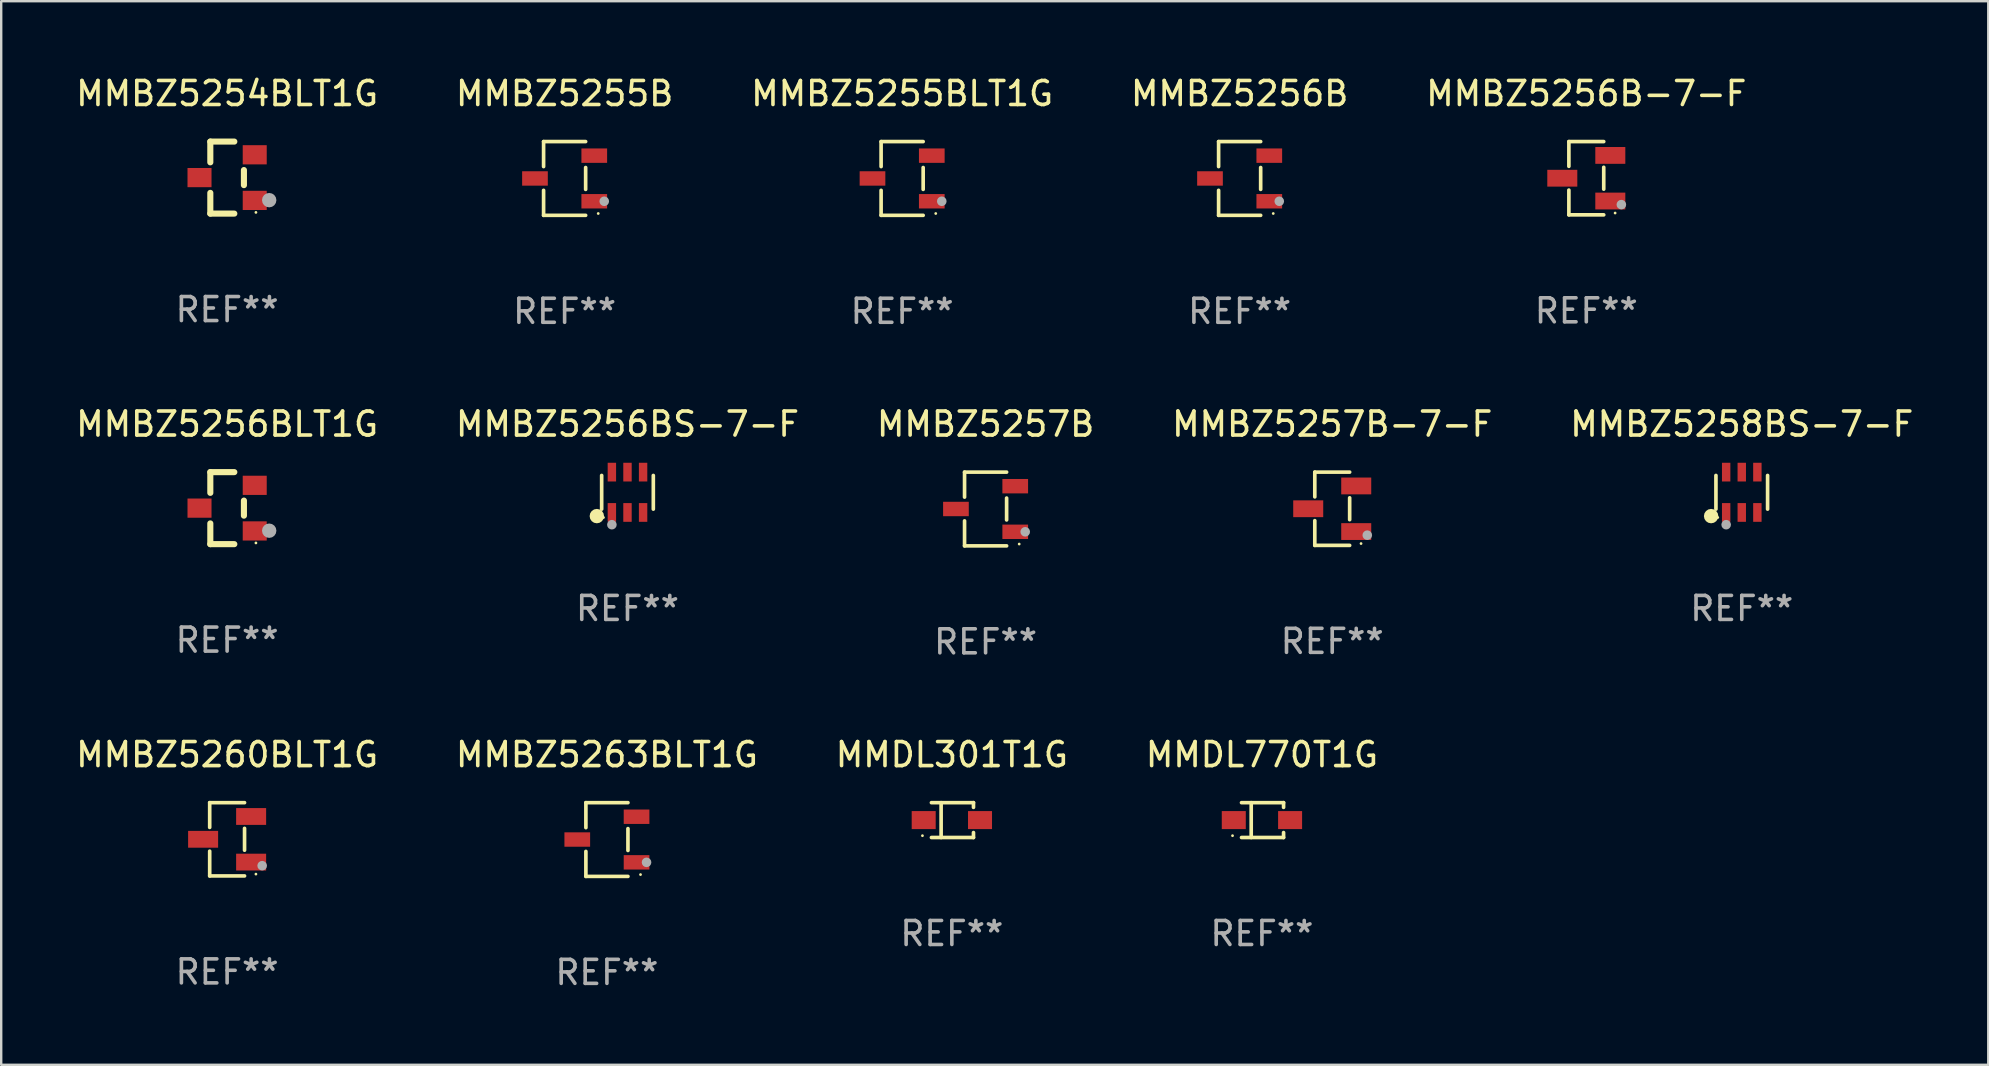
<source format=kicad_pcb>
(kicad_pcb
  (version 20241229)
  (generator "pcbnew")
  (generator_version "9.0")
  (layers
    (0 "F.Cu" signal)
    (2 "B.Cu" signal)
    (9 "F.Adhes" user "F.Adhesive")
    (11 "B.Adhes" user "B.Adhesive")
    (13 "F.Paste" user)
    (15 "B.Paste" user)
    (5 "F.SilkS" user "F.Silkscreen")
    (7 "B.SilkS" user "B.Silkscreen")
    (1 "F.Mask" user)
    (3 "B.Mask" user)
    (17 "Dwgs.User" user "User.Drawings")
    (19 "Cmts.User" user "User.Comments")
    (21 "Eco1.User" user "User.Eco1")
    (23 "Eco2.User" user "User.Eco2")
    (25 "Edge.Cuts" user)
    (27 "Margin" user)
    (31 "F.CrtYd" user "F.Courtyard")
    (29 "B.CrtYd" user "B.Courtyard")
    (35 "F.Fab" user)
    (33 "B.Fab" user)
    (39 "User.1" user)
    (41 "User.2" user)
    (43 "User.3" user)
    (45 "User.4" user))
  (footprint "MMBZ5257B"
    (layer "F.Cu")
    (at 38.006 18.153)
    (property "Reference" "MMBZ5257B" (at 0 -3.536 0) (layer "F.SilkS") (effects (font (size 1 1) (thickness 0.15))))
    (attr through_hole)
    (fp_line (start -0.876 -1.536) (end -0.876 -0.495) (stroke (width 0.152) (type solid)) (layer "F.SilkS"))
    (fp_line (start -0.876 1.536) (end -0.876 0.495) (stroke (width 0.152) (type solid)) (layer "F.SilkS"))
    (fp_line (start 0.876 -1.536) (end -0.876 -1.536) (stroke (width 0.152) (type solid)) (layer "F.SilkS"))
    (fp_line (start 0.876 -0.455) (end 0.876 0.455) (stroke (width 0.152) (type solid)) (layer "F.SilkS"))
    (fp_line (start 0.876 1.536) (end -0.876 1.536) (stroke (width 0.152) (type solid)) (layer "F.SilkS"))
    (fp_circle (center 1.4 1.46) (end 1.43 1.46) (stroke (width 0.06) (type solid)) (fill no) (layer "F.SilkS"))
    (fp_circle (center 1.651 0.95) (end 1.751 0.95) (stroke (width 0.2) (type solid)) (fill no) (layer "F.Fab"))
    (fp_text user "REF**" (at 0 5.536 0) (layer "F.Fab") (effects (font (size 1 1) (thickness 0.15))))
    (pad "1" smd rect (at 1.235 0.95) (size 1.07 0.6) (layers "F.Cu" "F.Mask" "F.Paste"))
    (pad "2" smd rect (at 1.235 -0.95) (size 1.07 0.6) (layers "F.Cu" "F.Mask" "F.Paste"))
    (pad "3" smd rect (at -1.235 0) (size 1.07 0.6) (layers "F.Cu" "F.Mask" "F.Paste")))
  (footprint "MMBZ5260BLT1G"
    (layer "F.Cu")
    (at 6.411 31.912)
    (property "Reference" "MMBZ5260BLT1G" (at 0 -3.526 0) (layer "F.SilkS") (effects (font (size 1 1) (thickness 0.15))))
    (attr through_hole)
    (fp_line (start -0.726 -1.526) (end -0.726 -0.495) (stroke (width 0.152) (type solid)) (layer "F.SilkS"))
    (fp_line (start -0.726 1.526) (end -0.726 0.495) (stroke (width 0.152) (type solid)) (layer "F.SilkS"))
    (fp_line (start 0.726 -1.526) (end -0.726 -1.526) (stroke (width 0.152) (type solid)) (layer "F.SilkS"))
    (fp_line (start 0.726 -0.455) (end 0.726 0.455) (stroke (width 0.152) (type solid)) (layer "F.SilkS"))
    (fp_line (start 0.726 1.526) (end -0.726 1.526) (stroke (width 0.152) (type solid)) (layer "F.SilkS"))
    (fp_circle (center 1.2 1.45) (end 1.23 1.45) (stroke (width 0.06) (type solid)) (fill no) (layer "F.SilkS"))
    (fp_circle (center 1.46 1.1) (end 1.56 1.1) (stroke (width 0.2) (type solid)) (fill no) (layer "F.Fab"))
    (fp_text user "REF**" (at 0 5.526 0) (layer "F.Fab") (effects (font (size 1 1) (thickness 0.15))))
    (pad "1" smd rect (at 1 0.95) (size 1.25 0.7) (layers "F.Cu" "F.Mask" "F.Paste"))
    (pad "2" smd rect (at 1 -0.95) (size 1.25 0.7) (layers "F.Cu" "F.Mask" "F.Paste"))
    (pad "3" smd rect (at -1 0) (size 1.25 0.7) (layers "F.Cu" "F.Mask" "F.Paste")))
  (footprint "MMBZ5254BLT1G"
    (layer "F.Cu")
    (at 6.411 4.348)
    (property "Reference" "MMBZ5254BLT1G" (at 0 -3.5 0) (layer "F.SilkS") (effects (font (size 1 1) (thickness 0.15))))
    (attr through_hole)
    (fp_line (start -0.7 -1.5) (end 0.3 -1.5) (stroke (width 0.254) (type solid)) (layer "F.SilkS"))
    (fp_line (start -0.7 -0.636) (end -0.7 -1.5) (stroke (width 0.254) (type solid)) (layer "F.SilkS"))
    (fp_line (start -0.7 1.5) (end -0.7 0.636) (stroke (width 0.254) (type solid)) (layer "F.SilkS"))
    (fp_line (start -0.7 1.5) (end 0.3 1.5) (stroke (width 0.254) (type solid)) (layer "F.SilkS"))
    (fp_line (start 0.7 0.314) (end 0.7 -0.314) (stroke (width 0.254) (type solid)) (layer "F.SilkS"))
    (fp_circle (center 1.2 1.45) (end 1.23 1.45) (stroke (width 0.06) (type solid)) (fill no) (layer "F.SilkS"))
    (fp_circle (center 1.753 0.94) (end 1.903 0.94) (stroke (width 0.3) (type solid)) (fill no) (layer "F.Fab"))
    (fp_text user "REF**" (at 0 5.5 0) (layer "F.Fab") (effects (font (size 1 1) (thickness 0.15))))
    (pad "1" smd rect (at 1.15 0.95 180) (size 1 0.8) (layers "F.Cu" "F.Mask" "F.Paste"))
    (pad "2" smd rect (at 1.15 -0.95 180) (size 1 0.8) (layers "F.Cu" "F.Mask" "F.Paste"))
    (pad "3" smd rect (at -1.15 -0.000051 180) (size 1 0.8) (layers "F.Cu" "F.Mask" "F.Paste")))
  (footprint "MMBZ5263BLT1G"
    (layer "F.Cu")
    (at 22.232 31.922)
    (property "Reference" "MMBZ5263BLT1G" (at 0 -3.536 0) (layer "F.SilkS") (effects (font (size 1 1) (thickness 0.15))))
    (attr through_hole)
    (fp_line (start -0.876 -1.536) (end -0.876 -0.495) (stroke (width 0.152) (type solid)) (layer "F.SilkS"))
    (fp_line (start -0.876 1.536) (end -0.876 0.495) (stroke (width 0.152) (type solid)) (layer "F.SilkS"))
    (fp_line (start 0.876 -1.536) (end -0.876 -1.536) (stroke (width 0.152) (type solid)) (layer "F.SilkS"))
    (fp_line (start 0.876 -0.455) (end 0.876 0.455) (stroke (width 0.152) (type solid)) (layer "F.SilkS"))
    (fp_line (start 0.876 1.536) (end -0.876 1.536) (stroke (width 0.152) (type solid)) (layer "F.SilkS"))
    (fp_circle (center 1.4 1.46) (end 1.43 1.46) (stroke (width 0.06) (type solid)) (fill no) (layer "F.SilkS"))
    (fp_circle (center 1.651 0.95) (end 1.751 0.95) (stroke (width 0.2) (type solid)) (fill no) (layer "F.Fab"))
    (fp_text user "REF**" (at 0 5.536 0) (layer "F.Fab") (effects (font (size 1 1) (thickness 0.15))))
    (pad "1" smd rect (at 1.235 0.95) (size 1.07 0.6) (layers "F.Cu" "F.Mask" "F.Paste"))
    (pad "2" smd rect (at 1.235 -0.95) (size 1.07 0.6) (layers "F.Cu" "F.Mask" "F.Paste"))
    (pad "3" smd rect (at -1.235 0) (size 1.07 0.6) (layers "F.Cu" "F.Mask" "F.Paste")))
  (footprint "MMBZ5256BS-7-F"
    (layer "F.Cu")
    (at 23.089 17.457)
    (property "Reference" "MMBZ5256BS-7-F" (at 0 -2.84 0) (layer "F.SilkS") (effects (font (size 1 1) (thickness 0.15))))
    (attr through_hole)
    (fp_line (start -1.076 0.701) (end -1.076 -0.701) (stroke (width 0.152) (type solid)) (layer "F.SilkS"))
    (fp_line (start 1.076 0.701) (end 1.076 -0.701) (stroke (width 0.152) (type solid)) (layer "F.SilkS"))
    (fp_circle (center -1.277 0.992) (end -1.127 0.992) (stroke (width 0.3) (type solid)) (fill no) (layer "F.SilkS"))
    (fp_circle (center -1 1.05) (end -0.97 1.05) (stroke (width 0.06) (type solid)) (fill no) (layer "F.SilkS"))
    (fp_circle (center -0.65 1.35) (end -0.55 1.35) (stroke (width 0.2) (type solid)) (fill no) (layer "F.Fab"))
    (fp_text user "REF**" (at 0 4.84 0) (layer "F.Fab") (effects (font (size 1 1) (thickness 0.15))))
    (pad "1" smd rect (at -0.65 0.84) (size 0.35 0.78) (layers "F.Cu" "F.Mask" "F.Paste"))
    (pad "2" smd rect (at 0 0.84) (size 0.35 0.78) (layers "F.Cu" "F.Mask" "F.Paste"))
    (pad "3" smd rect (at 0.65 0.84) (size 0.35 0.78) (layers "F.Cu" "F.Mask" "F.Paste"))
    (pad "4" smd rect (at 0.65 -0.84) (size 0.35 0.78) (layers "F.Cu" "F.Mask" "F.Paste"))
    (pad "5" smd rect (at 0 -0.84) (size 0.35 0.78) (layers "F.Cu" "F.Mask" "F.Paste"))
    (pad "6" smd rect (at -0.65 -0.84) (size 0.35 0.78) (layers "F.Cu" "F.Mask" "F.Paste")))
  (footprint "MMBZ5257B-7-F"
    (layer "F.Cu")
    (at 52.446 18.143)
    (property "Reference" "MMBZ5257B-7-F" (at 0 -3.526 0) (layer "F.SilkS") (effects (font (size 1 1) (thickness 0.15))))
    (attr through_hole)
    (fp_line (start -0.726 -1.526) (end -0.726 -0.495) (stroke (width 0.152) (type solid)) (layer "F.SilkS"))
    (fp_line (start -0.726 1.526) (end -0.726 0.495) (stroke (width 0.152) (type solid)) (layer "F.SilkS"))
    (fp_line (start 0.726 -1.526) (end -0.726 -1.526) (stroke (width 0.152) (type solid)) (layer "F.SilkS"))
    (fp_line (start 0.726 -0.455) (end 0.726 0.455) (stroke (width 0.152) (type solid)) (layer "F.SilkS"))
    (fp_line (start 0.726 1.526) (end -0.726 1.526) (stroke (width 0.152) (type solid)) (layer "F.SilkS"))
    (fp_circle (center 1.2 1.45) (end 1.23 1.45) (stroke (width 0.06) (type solid)) (fill no) (layer "F.SilkS"))
    (fp_circle (center 1.46 1.1) (end 1.56 1.1) (stroke (width 0.2) (type solid)) (fill no) (layer "F.Fab"))
    (fp_text user "REF**" (at 0 5.526 0) (layer "F.Fab") (effects (font (size 1 1) (thickness 0.15))))
    (pad "1" smd rect (at 1 0.95) (size 1.25 0.7) (layers "F.Cu" "F.Mask" "F.Paste"))
    (pad "2" smd rect (at 1 -0.95) (size 1.25 0.7) (layers "F.Cu" "F.Mask" "F.Paste"))
    (pad "3" smd rect (at -1 0) (size 1.25 0.7) (layers "F.Cu" "F.Mask" "F.Paste")))
  (footprint "MMBZ5255B"
    (layer "F.Cu")
    (at 20.47 4.384)
    (property "Reference" "MMBZ5255B" (at 0 -3.536 0) (layer "F.SilkS") (effects (font (size 1 1) (thickness 0.15))))
    (attr through_hole)
    (fp_line (start -0.876 -1.536) (end -0.876 -0.495) (stroke (width 0.152) (type solid)) (layer "F.SilkS"))
    (fp_line (start -0.876 1.536) (end -0.876 0.495) (stroke (width 0.152) (type solid)) (layer "F.SilkS"))
    (fp_line (start 0.876 -1.536) (end -0.876 -1.536) (stroke (width 0.152) (type solid)) (layer "F.SilkS"))
    (fp_line (start 0.876 -0.455) (end 0.876 0.455) (stroke (width 0.152) (type solid)) (layer "F.SilkS"))
    (fp_line (start 0.876 1.536) (end -0.876 1.536) (stroke (width 0.152) (type solid)) (layer "F.SilkS"))
    (fp_circle (center 1.4 1.46) (end 1.43 1.46) (stroke (width 0.06) (type solid)) (fill no) (layer "F.SilkS"))
    (fp_circle (center 1.651 0.95) (end 1.751 0.95) (stroke (width 0.2) (type solid)) (fill no) (layer "F.Fab"))
    (fp_text user "REF**" (at 0 5.536 0) (layer "F.Fab") (effects (font (size 1 1) (thickness 0.15))))
    (pad "1" smd rect (at 1.235 0.95) (size 1.07 0.6) (layers "F.Cu" "F.Mask" "F.Paste"))
    (pad "2" smd rect (at 1.235 -0.95) (size 1.07 0.6) (layers "F.Cu" "F.Mask" "F.Paste"))
    (pad "3" smd rect (at -1.235 0) (size 1.07 0.6) (layers "F.Cu" "F.Mask" "F.Paste")))
  (footprint "MMDL301T1G"
    (layer "F.Cu")
    (at 36.601 31.112)
    (property "Reference" "MMDL301T1G" (at 0 -2.726 0) (layer "F.SilkS") (effects (font (size 1 1) (thickness 0.15))))
    (attr through_hole)
    (fp_line (start -0.851 -0.726) (end 0.901 -0.726) (stroke (width 0.152) (type solid)) (layer "F.SilkS"))
    (fp_line (start -0.851 0.726) (end 0.901 0.726) (stroke (width 0.152) (type solid)) (layer "F.SilkS"))
    (fp_line (start -0.447 -0.726) (end -0.447 0.726) (stroke (width 0.152) (type solid)) (layer "F.SilkS"))
    (fp_line (start 0.901 -0.726) (end 0.901 -0.53) (stroke (width 0.152) (type solid)) (layer "F.SilkS"))
    (fp_line (start 0.901 0.726) (end 0.901 0.52) (stroke (width 0.152) (type solid)) (layer "F.SilkS"))
    (fp_circle (center -1.225 0.65) (end -1.195 0.65) (stroke (width 0.06) (type solid)) (fill no) (layer "F.SilkS"))
    (fp_text user "REF**" (at 0 4.726 0) (layer "F.Fab") (effects (font (size 1 1) (thickness 0.15))))
    (pad "1" smd rect (at -1.173 0) (size 1 0.75) (layers "F.Cu" "F.Mask" "F.Paste"))
    (pad "2" smd rect (at 1.173 0) (size 1 0.75) (layers "F.Cu" "F.Mask" "F.Paste")))
  (footprint "MMBZ5256BLT1G"
    (layer "F.Cu")
    (at 6.411 18.117)
    (property "Reference" "MMBZ5256BLT1G" (at 0 -3.5 0) (layer "F.SilkS") (effects (font (size 1 1) (thickness 0.15))))
    (attr through_hole)
    (fp_line (start -0.7 -1.5) (end 0.3 -1.5) (stroke (width 0.254) (type solid)) (layer "F.SilkS"))
    (fp_line (start -0.7 -0.636) (end -0.7 -1.5) (stroke (width 0.254) (type solid)) (layer "F.SilkS"))
    (fp_line (start -0.7 1.5) (end -0.7 0.636) (stroke (width 0.254) (type solid)) (layer "F.SilkS"))
    (fp_line (start -0.7 1.5) (end 0.3 1.5) (stroke (width 0.254) (type solid)) (layer "F.SilkS"))
    (fp_line (start 0.7 0.314) (end 0.7 -0.314) (stroke (width 0.254) (type solid)) (layer "F.SilkS"))
    (fp_circle (center 1.2 1.45) (end 1.23 1.45) (stroke (width 0.06) (type solid)) (fill no) (layer "F.SilkS"))
    (fp_circle (center 1.753 0.94) (end 1.903 0.94) (stroke (width 0.3) (type solid)) (fill no) (layer "F.Fab"))
    (fp_text user "REF**" (at 0 5.5 0) (layer "F.Fab") (effects (font (size 1 1) (thickness 0.15))))
    (pad "1" smd rect (at 1.15 0.95 180) (size 1 0.8) (layers "F.Cu" "F.Mask" "F.Paste"))
    (pad "2" smd rect (at 1.15 -0.95 180) (size 1 0.8) (layers "F.Cu" "F.Mask" "F.Paste"))
    (pad "3" smd rect (at -1.15 -0.000051 180) (size 1 0.8) (layers "F.Cu" "F.Mask" "F.Paste")))
  (footprint "MMBZ5256B"
    (layer "F.Cu")
    (at 48.589 4.384)
    (property "Reference" "MMBZ5256B" (at 0 -3.536 0) (layer "F.SilkS") (effects (font (size 1 1) (thickness 0.15))))
    (attr through_hole)
    (fp_line (start -0.876 -1.536) (end -0.876 -0.495) (stroke (width 0.152) (type solid)) (layer "F.SilkS"))
    (fp_line (start -0.876 1.536) (end -0.876 0.495) (stroke (width 0.152) (type solid)) (layer "F.SilkS"))
    (fp_line (start 0.876 -1.536) (end -0.876 -1.536) (stroke (width 0.152) (type solid)) (layer "F.SilkS"))
    (fp_line (start 0.876 -0.455) (end 0.876 0.455) (stroke (width 0.152) (type solid)) (layer "F.SilkS"))
    (fp_line (start 0.876 1.536) (end -0.876 1.536) (stroke (width 0.152) (type solid)) (layer "F.SilkS"))
    (fp_circle (center 1.4 1.46) (end 1.43 1.46) (stroke (width 0.06) (type solid)) (fill no) (layer "F.SilkS"))
    (fp_circle (center 1.651 0.95) (end 1.751 0.95) (stroke (width 0.2) (type solid)) (fill no) (layer "F.Fab"))
    (fp_text user "REF**" (at 0 5.536 0) (layer "F.Fab") (effects (font (size 1 1) (thickness 0.15))))
    (pad "1" smd rect (at 1.235 0.95) (size 1.07 0.6) (layers "F.Cu" "F.Mask" "F.Paste"))
    (pad "2" smd rect (at 1.235 -0.95) (size 1.07 0.6) (layers "F.Cu" "F.Mask" "F.Paste"))
    (pad "3" smd rect (at -1.235 0) (size 1.07 0.6) (layers "F.Cu" "F.Mask" "F.Paste")))
  (footprint "MMBZ5258BS-7-F"
    (layer "F.Cu")
    (at 69.506 17.457)
    (property "Reference" "MMBZ5258BS-7-F" (at 0 -2.84 0) (layer "F.SilkS") (effects (font (size 1 1) (thickness 0.15))))
    (attr through_hole)
    (fp_line (start -1.076 0.701) (end -1.076 -0.701) (stroke (width 0.152) (type solid)) (layer "F.SilkS"))
    (fp_line (start 1.076 0.701) (end 1.076 -0.701) (stroke (width 0.152) (type solid)) (layer "F.SilkS"))
    (fp_circle (center -1.277 0.992) (end -1.127 0.992) (stroke (width 0.3) (type solid)) (fill no) (layer "F.SilkS"))
    (fp_circle (center -1 1.05) (end -0.97 1.05) (stroke (width 0.06) (type solid)) (fill no) (layer "F.SilkS"))
    (fp_circle (center -0.65 1.35) (end -0.55 1.35) (stroke (width 0.2) (type solid)) (fill no) (layer "F.Fab"))
    (fp_text user "REF**" (at 0 4.84 0) (layer "F.Fab") (effects (font (size 1 1) (thickness 0.15))))
    (pad "1" smd rect (at -0.65 0.84) (size 0.35 0.78) (layers "F.Cu" "F.Mask" "F.Paste"))
    (pad "2" smd rect (at 0 0.84) (size 0.35 0.78) (layers "F.Cu" "F.Mask" "F.Paste"))
    (pad "3" smd rect (at 0.65 0.84) (size 0.35 0.78) (layers "F.Cu" "F.Mask" "F.Paste"))
    (pad "4" smd rect (at 0.65 -0.84) (size 0.35 0.78) (layers "F.Cu" "F.Mask" "F.Paste"))
    (pad "5" smd rect (at 0 -0.84) (size 0.35 0.78) (layers "F.Cu" "F.Mask" "F.Paste"))
    (pad "6" smd rect (at -0.65 -0.84) (size 0.35 0.78) (layers "F.Cu" "F.Mask" "F.Paste")))
  (footprint "MMDL770T1G"
    (layer "F.Cu")
    (at 49.518 31.112)
    (property "Reference" "MMDL770T1G" (at 0 -2.726 0) (layer "F.SilkS") (effects (font (size 1 1) (thickness 0.15))))
    (attr through_hole)
    (fp_line (start -0.851 -0.726) (end 0.901 -0.726) (stroke (width 0.152) (type solid)) (layer "F.SilkS"))
    (fp_line (start -0.851 0.726) (end 0.901 0.726) (stroke (width 0.152) (type solid)) (layer "F.SilkS"))
    (fp_line (start -0.447 -0.726) (end -0.447 0.726) (stroke (width 0.152) (type solid)) (layer "F.SilkS"))
    (fp_line (start 0.901 -0.726) (end 0.901 -0.53) (stroke (width 0.152) (type solid)) (layer "F.SilkS"))
    (fp_line (start 0.901 0.726) (end 0.901 0.52) (stroke (width 0.152) (type solid)) (layer "F.SilkS"))
    (fp_circle (center -1.225 0.65) (end -1.195 0.65) (stroke (width 0.06) (type solid)) (fill no) (layer "F.SilkS"))
    (fp_text user "REF**" (at 0 4.726 0) (layer "F.Fab") (effects (font (size 1 1) (thickness 0.15))))
    (pad "1" smd rect (at -1.173 0) (size 1 0.75) (layers "F.Cu" "F.Mask" "F.Paste"))
    (pad "2" smd rect (at 1.173 0) (size 1 0.75) (layers "F.Cu" "F.Mask" "F.Paste")))
  (footprint "MMBZ5255BLT1G"
    (layer "F.Cu")
    (at 34.53 4.384)
    (property "Reference" "MMBZ5255BLT1G" (at 0 -3.536 0) (layer "F.SilkS") (effects (font (size 1 1) (thickness 0.15))))
    (attr through_hole)
    (fp_line (start -0.876 -1.536) (end -0.876 -0.495) (stroke (width 0.152) (type solid)) (layer "F.SilkS"))
    (fp_line (start -0.876 1.536) (end -0.876 0.495) (stroke (width 0.152) (type solid)) (layer "F.SilkS"))
    (fp_line (start 0.876 -1.536) (end -0.876 -1.536) (stroke (width 0.152) (type solid)) (layer "F.SilkS"))
    (fp_line (start 0.876 -0.455) (end 0.876 0.455) (stroke (width 0.152) (type solid)) (layer "F.SilkS"))
    (fp_line (start 0.876 1.536) (end -0.876 1.536) (stroke (width 0.152) (type solid)) (layer "F.SilkS"))
    (fp_circle (center 1.4 1.46) (end 1.43 1.46) (stroke (width 0.06) (type solid)) (fill no) (layer "F.SilkS"))
    (fp_circle (center 1.651 0.95) (end 1.751 0.95) (stroke (width 0.2) (type solid)) (fill no) (layer "F.Fab"))
    (fp_text user "REF**" (at 0 5.536 0) (layer "F.Fab") (effects (font (size 1 1) (thickness 0.15))))
    (pad "1" smd rect (at 1.235 0.95) (size 1.07 0.6) (layers "F.Cu" "F.Mask" "F.Paste"))
    (pad "2" smd rect (at 1.235 -0.95) (size 1.07 0.6) (layers "F.Cu" "F.Mask" "F.Paste"))
    (pad "3" smd rect (at -1.235 0) (size 1.07 0.6) (layers "F.Cu" "F.Mask" "F.Paste")))
  (footprint "MMBZ5256B-7-F"
    (layer "F.Cu")
    (at 63.03 4.374)
    (property "Reference" "MMBZ5256B-7-F" (at 0 -3.526 0) (layer "F.SilkS") (effects (font (size 1 1) (thickness 0.15))))
    (attr through_hole)
    (fp_line (start -0.726 -1.526) (end -0.726 -0.495) (stroke (width 0.152) (type solid)) (layer "F.SilkS"))
    (fp_line (start -0.726 1.526) (end -0.726 0.495) (stroke (width 0.152) (type solid)) (layer "F.SilkS"))
    (fp_line (start 0.726 -1.526) (end -0.726 -1.526) (stroke (width 0.152) (type solid)) (layer "F.SilkS"))
    (fp_line (start 0.726 -0.455) (end 0.726 0.455) (stroke (width 0.152) (type solid)) (layer "F.SilkS"))
    (fp_line (start 0.726 1.526) (end -0.726 1.526) (stroke (width 0.152) (type solid)) (layer "F.SilkS"))
    (fp_circle (center 1.2 1.45) (end 1.23 1.45) (stroke (width 0.06) (type solid)) (fill no) (layer "F.SilkS"))
    (fp_circle (center 1.46 1.1) (end 1.56 1.1) (stroke (width 0.2) (type solid)) (fill no) (layer "F.Fab"))
    (fp_text user "REF**" (at 0 5.526 0) (layer "F.Fab") (effects (font (size 1 1) (thickness 0.15))))
    (pad "1" smd rect (at 1 0.95) (size 1.25 0.7) (layers "F.Cu" "F.Mask" "F.Paste"))
    (pad "2" smd rect (at 1 -0.95) (size 1.25 0.7) (layers "F.Cu" "F.Mask" "F.Paste"))
    (pad "3" smd rect (at -1 0) (size 1.25 0.7) (layers "F.Cu" "F.Mask" "F.Paste")))
  (gr_rect
    (start -3 -3)
    (end 79.774 41.307)
    (stroke (width 0.1) (type default))
    (fill no)
    (layer "Edge.Cuts")))
</source>
